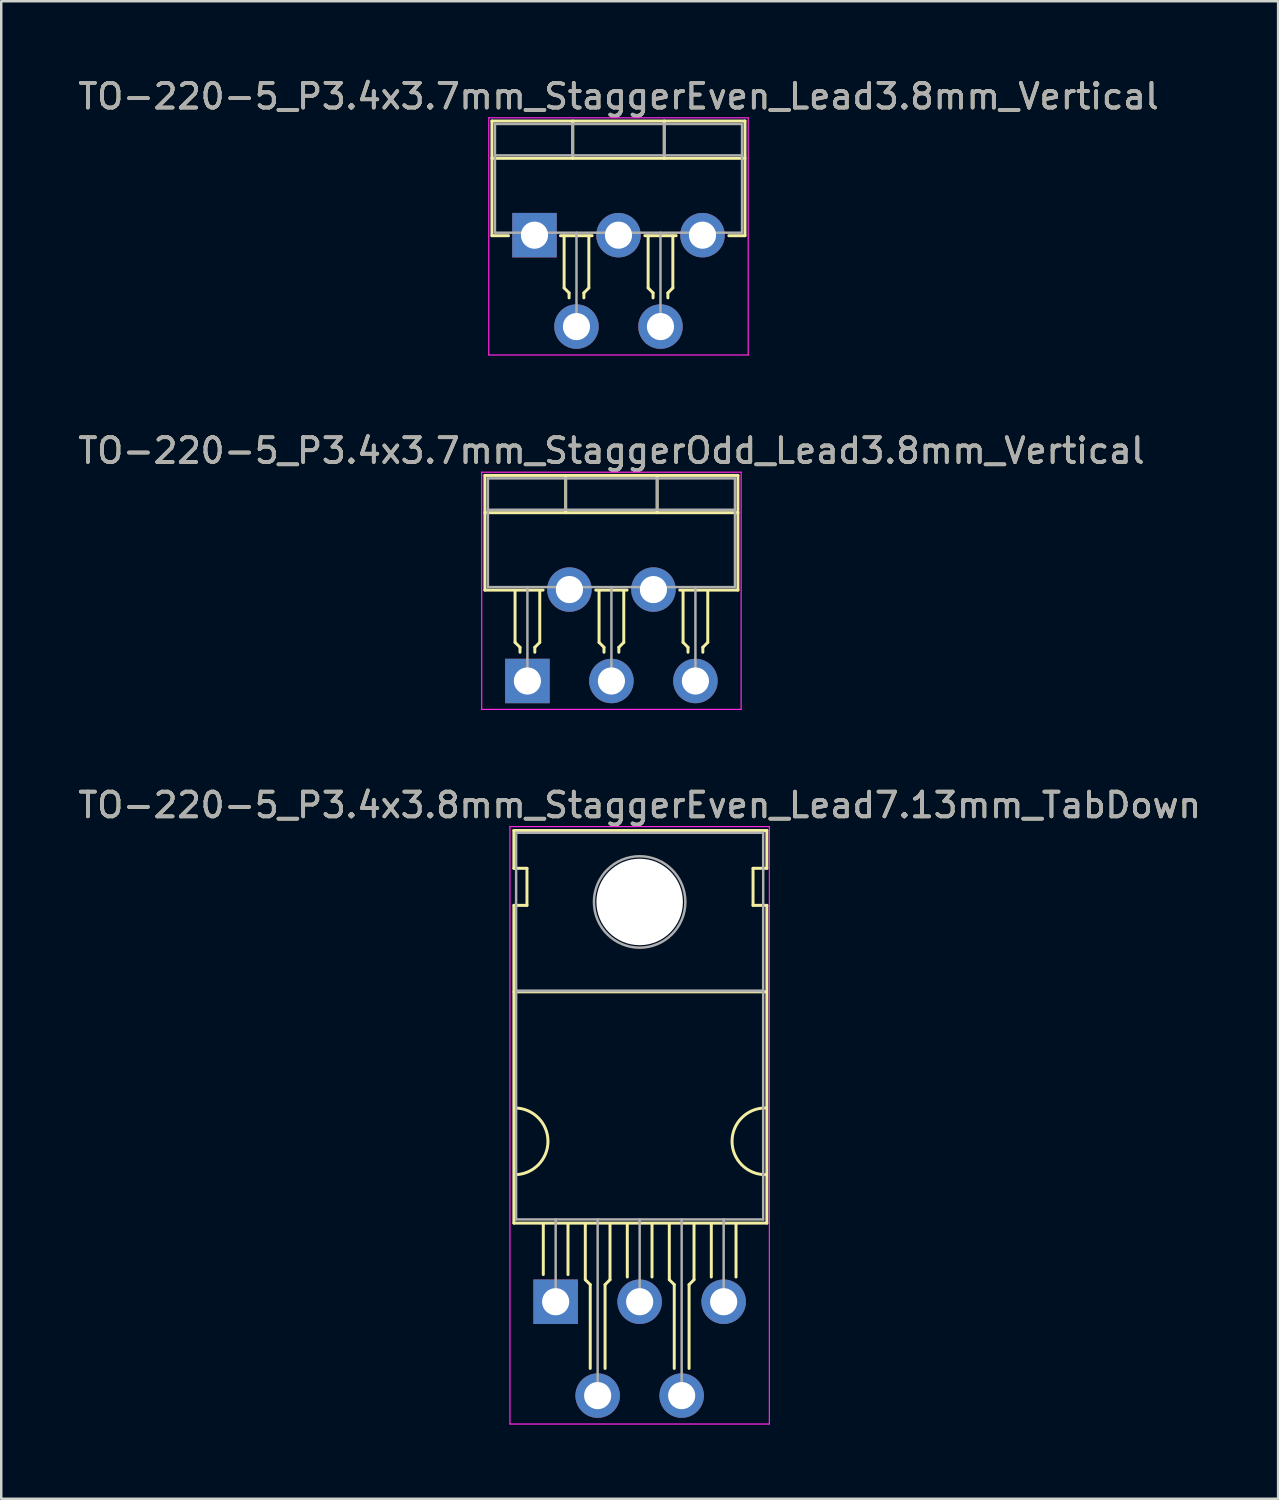
<source format=kicad_pcb>
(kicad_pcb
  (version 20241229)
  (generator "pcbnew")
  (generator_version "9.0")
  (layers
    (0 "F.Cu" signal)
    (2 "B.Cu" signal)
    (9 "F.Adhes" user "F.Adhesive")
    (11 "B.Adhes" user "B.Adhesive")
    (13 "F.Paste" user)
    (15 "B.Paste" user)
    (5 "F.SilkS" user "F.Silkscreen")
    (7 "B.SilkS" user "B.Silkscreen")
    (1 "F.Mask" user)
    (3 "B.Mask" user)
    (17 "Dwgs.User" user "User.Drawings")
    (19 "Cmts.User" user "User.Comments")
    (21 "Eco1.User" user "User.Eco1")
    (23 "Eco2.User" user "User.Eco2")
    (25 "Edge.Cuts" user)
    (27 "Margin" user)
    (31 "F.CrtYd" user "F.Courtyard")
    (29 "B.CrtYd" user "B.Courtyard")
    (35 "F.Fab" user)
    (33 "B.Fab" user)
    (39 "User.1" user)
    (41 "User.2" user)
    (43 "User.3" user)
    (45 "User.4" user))
  (footprint "TO-220-5_P3.4x3.7mm_StaggerOdd_Lead3.8mm_Vertical"
    (layer "F.Cu")
    (at 18.296 24.512)
    (property "Reference" "TO-220-5_P3.4x3.7mm_StaggerOdd_Lead3.8mm_Vertical" (at 3.4 -9.32 0) (layer "F.SilkS") (effects (font (size 1 1) (thickness 0.15))))
    (attr through_hole)
    (fp_line (start -1.721 -8.32) (end -1.721 -3.679) (stroke (width 0.12) (type solid)) (layer "F.SilkS"))
    (fp_line (start -1.721 -8.32) (end 8.52 -8.32) (stroke (width 0.12) (type solid)) (layer "F.SilkS"))
    (fp_line (start -1.721 -6.811) (end 8.52 -6.811) (stroke (width 0.12) (type solid)) (layer "F.SilkS"))
    (fp_line (start -1.721 -3.679) (end 0.635 -3.679) (stroke (width 0.12) (type solid)) (layer "F.SilkS"))
    (fp_line (start -0.5 -3.663) (end -0.5 -1.563) (stroke (width 0.12) (type solid)) (layer "F.SilkS"))
    (fp_line (start -0.5 -1.563) (end -0.3 -1.363) (stroke (width 0.12) (type solid)) (layer "F.SilkS"))
    (fp_line (start -0.3 -1.363) (end -0.3 -1.163) (stroke (width 0.12) (type solid)) (layer "F.SilkS"))
    (fp_line (start 0.3 -1.363) (end 0.3 -1.163) (stroke (width 0.12) (type solid)) (layer "F.SilkS"))
    (fp_line (start 0.5 -3.663) (end 0.5 -1.563) (stroke (width 0.12) (type solid)) (layer "F.SilkS"))
    (fp_line (start 0.5 -1.563) (end 0.3 -1.363) (stroke (width 0.12) (type solid)) (layer "F.SilkS"))
    (fp_line (start 1.55 -8.32) (end 1.55 -6.811) (stroke (width 0.12) (type solid)) (layer "F.SilkS"))
    (fp_line (start 2.765 -3.679) (end 4.035 -3.679) (stroke (width 0.12) (type solid)) (layer "F.SilkS"))
    (fp_line (start 2.9 -3.663) (end 2.9 -1.563) (stroke (width 0.12) (type solid)) (layer "F.SilkS"))
    (fp_line (start 2.9 -1.563) (end 3.1 -1.363) (stroke (width 0.12) (type solid)) (layer "F.SilkS"))
    (fp_line (start 3.1 -1.363) (end 3.1 -1.163) (stroke (width 0.12) (type solid)) (layer "F.SilkS"))
    (fp_line (start 3.7 -1.363) (end 3.7 -1.163) (stroke (width 0.12) (type solid)) (layer "F.SilkS"))
    (fp_line (start 3.9 -3.663) (end 3.9 -1.563) (stroke (width 0.12) (type solid)) (layer "F.SilkS"))
    (fp_line (start 3.9 -1.563) (end 3.7 -1.363) (stroke (width 0.12) (type solid)) (layer "F.SilkS"))
    (fp_line (start 5.25 -8.32) (end 5.25 -6.811) (stroke (width 0.12) (type solid)) (layer "F.SilkS"))
    (fp_line (start 6.165 -3.679) (end 8.52 -3.679) (stroke (width 0.12) (type solid)) (layer "F.SilkS"))
    (fp_line (start 6.3 -3.663) (end 6.3 -1.563) (stroke (width 0.12) (type solid)) (layer "F.SilkS"))
    (fp_line (start 6.3 -1.563) (end 6.5 -1.363) (stroke (width 0.12) (type solid)) (layer "F.SilkS"))
    (fp_line (start 6.5 -1.363) (end 6.5 -1.163) (stroke (width 0.12) (type solid)) (layer "F.SilkS"))
    (fp_line (start 7.1 -1.363) (end 7.1 -1.163) (stroke (width 0.12) (type solid)) (layer "F.SilkS"))
    (fp_line (start 7.3 -3.663) (end 7.3 -1.563) (stroke (width 0.12) (type solid)) (layer "F.SilkS"))
    (fp_line (start 7.3 -1.563) (end 7.1 -1.363) (stroke (width 0.12) (type solid)) (layer "F.SilkS"))
    (fp_line (start 8.52 -8.32) (end 8.52 -3.679) (stroke (width 0.12) (type solid)) (layer "F.SilkS"))
    (fp_line (start -1.85 -8.45) (end -1.85 1.15) (stroke (width 0.05) (type solid)) (layer "F.CrtYd"))
    (fp_line (start -1.85 1.15) (end 8.65 1.15) (stroke (width 0.05) (type solid)) (layer "F.CrtYd"))
    (fp_line (start 8.65 -8.45) (end -1.85 -8.45) (stroke (width 0.05) (type solid)) (layer "F.CrtYd"))
    (fp_line (start 8.65 1.15) (end 8.65 -8.45) (stroke (width 0.05) (type solid)) (layer "F.CrtYd"))
    (fp_line (start -1.6 -8.2) (end -1.6 -3.8) (stroke (width 0.1) (type solid)) (layer "F.Fab"))
    (fp_line (start -1.6 -6.93) (end 8.4 -6.93) (stroke (width 0.1) (type solid)) (layer "F.Fab"))
    (fp_line (start -1.6 -3.8) (end 8.4 -3.8) (stroke (width 0.1) (type solid)) (layer "F.Fab"))
    (fp_line (start 0 -3.8) (end 0 0) (stroke (width 0.1) (type solid)) (layer "F.Fab"))
    (fp_line (start 1.55 -8.2) (end 1.55 -6.93) (stroke (width 0.1) (type solid)) (layer "F.Fab"))
    (fp_line (start 1.7 -3.8) (end 1.7 -3.7) (stroke (width 0.1) (type solid)) (layer "F.Fab"))
    (fp_line (start 3.4 -3.8) (end 3.4 0) (stroke (width 0.1) (type solid)) (layer "F.Fab"))
    (fp_line (start 5.1 -3.8) (end 5.1 -3.7) (stroke (width 0.1) (type solid)) (layer "F.Fab"))
    (fp_line (start 5.25 -8.2) (end 5.25 -6.93) (stroke (width 0.1) (type solid)) (layer "F.Fab"))
    (fp_line (start 6.8 -3.8) (end 6.8 0) (stroke (width 0.1) (type solid)) (layer "F.Fab"))
    (fp_line (start 8.4 -8.2) (end -1.6 -8.2) (stroke (width 0.1) (type solid)) (layer "F.Fab"))
    (fp_line (start 8.4 -3.8) (end 8.4 -8.2) (stroke (width 0.1) (type solid)) (layer "F.Fab"))
    (fp_text user "${REFERENCE}" (at 3.4 -9.32 0) (layer "F.Fab") (effects (font (size 1 1) (thickness 0.15))))
    (pad "1" thru_hole rect (at 0 0) (size 1.8 1.8) (drill 1.1) (layers "*.Cu" "*.Mask"))
    (pad "2" thru_hole oval (at 1.7 -3.7) (size 1.8 1.8) (drill 1.1) (layers "*.Cu" "*.Mask"))
    (pad "3" thru_hole oval (at 3.4 0) (size 1.8 1.8) (drill 1.1) (layers "*.Cu" "*.Mask"))
    (pad "4" thru_hole oval (at 5.1 -3.7) (size 1.8 1.8) (drill 1.1) (layers "*.Cu" "*.Mask"))
    (pad "5" thru_hole oval (at 6.8 0) (size 1.8 1.8) (drill 1.1) (layers "*.Cu" "*.Mask")))
  (footprint "TO-220-5_P3.4x3.8mm_StaggerEven_Lead7.13mm_TabDown"
    (layer "F.Cu")
    (at 19.439 49.635)
    (property "Reference" "TO-220-5_P3.4x3.8mm_StaggerEven_Lead7.13mm_TabDown" (at 3.4 -20.1 0) (layer "F.SilkS") (effects (font (size 1 1) (thickness 0.15))))
    (attr through_hole)
    (fp_line (start -1.691 -19.072) (end -1.691 -17.542) (stroke (width 0.12) (type solid)) (layer "F.SilkS"))
    (fp_line (start -1.691 -19.072) (end 8.549 -19.072) (stroke (width 0.12) (type solid)) (layer "F.SilkS"))
    (fp_line (start -1.691 -17.542) (end -1.161 -17.542) (stroke (width 0.12) (type solid)) (layer "F.SilkS"))
    (fp_line (start -1.691 -16.042) (end -1.691 -3.182) (stroke (width 0.12) (type solid)) (layer "F.SilkS"))
    (fp_line (start -1.691 -3.182) (end 8.549 -3.182) (stroke (width 0.12) (type solid)) (layer "F.SilkS"))
    (fp_line (start -1.686 -12.542) (end 8.539 -12.542) (stroke (width 0.12) (type solid)) (layer "F.SilkS"))
    (fp_line (start -1.161 -17.542) (end -1.161 -16.042) (stroke (width 0.12) (type solid)) (layer "F.SilkS"))
    (fp_line (start -1.161 -16.042) (end -1.686 -16.042) (stroke (width 0.12) (type solid)) (layer "F.SilkS"))
    (fp_line (start -0.5 -3.142) (end -0.5 -1.1) (stroke (width 0.12) (type solid)) (layer "F.SilkS"))
    (fp_line (start 0.5 -3.142) (end 0.5 -1.1) (stroke (width 0.12) (type solid)) (layer "F.SilkS"))
    (fp_line (start 1.2 -3.142) (end 1.2 -0.892) (stroke (width 0.12) (type solid)) (layer "F.SilkS"))
    (fp_line (start 1.2 -0.892) (end 1.4 -0.692) (stroke (width 0.12) (type solid)) (layer "F.SilkS"))
    (fp_line (start 1.4 2.7) (end 1.4 -0.692) (stroke (width 0.12) (type solid)) (layer "F.SilkS"))
    (fp_line (start 2 2.7) (end 2 -0.692) (stroke (width 0.12) (type solid)) (layer "F.SilkS"))
    (fp_line (start 2.2 -3.142) (end 2.2 -0.892) (stroke (width 0.12) (type solid)) (layer "F.SilkS"))
    (fp_line (start 2.2 -0.892) (end 2 -0.692) (stroke (width 0.12) (type solid)) (layer "F.SilkS"))
    (fp_line (start 2.9 -3.142) (end 2.9 -1) (stroke (width 0.12) (type solid)) (layer "F.SilkS"))
    (fp_line (start 3.9 -3.142) (end 3.9 -1) (stroke (width 0.12) (type solid)) (layer "F.SilkS"))
    (fp_line (start 4.6 -3.142) (end 4.6 -0.892) (stroke (width 0.12) (type solid)) (layer "F.SilkS"))
    (fp_line (start 4.6 -0.892) (end 4.8 -0.692) (stroke (width 0.12) (type solid)) (layer "F.SilkS"))
    (fp_line (start 4.8 2.7) (end 4.8 -0.692) (stroke (width 0.12) (type solid)) (layer "F.SilkS"))
    (fp_line (start 5.4 2.7) (end 5.4 -0.692) (stroke (width 0.12) (type solid)) (layer "F.SilkS"))
    (fp_line (start 5.6 -3.142) (end 5.6 -0.892) (stroke (width 0.12) (type solid)) (layer "F.SilkS"))
    (fp_line (start 5.6 -0.892) (end 5.4 -0.692) (stroke (width 0.12) (type solid)) (layer "F.SilkS"))
    (fp_line (start 6.3 -3.142) (end 6.3 -1) (stroke (width 0.12) (type solid)) (layer "F.SilkS"))
    (fp_line (start 7.3 -3.142) (end 7.3 -1) (stroke (width 0.12) (type solid)) (layer "F.SilkS"))
    (fp_line (start 7.989 -17.542) (end 8.549 -17.542) (stroke (width 0.12) (type solid)) (layer "F.SilkS"))
    (fp_line (start 7.989 -16.042) (end 7.989 -17.542) (stroke (width 0.12) (type solid)) (layer "F.SilkS"))
    (fp_line (start 8.549 -19.072) (end 8.549 -17.542) (stroke (width 0.12) (type solid)) (layer "F.SilkS"))
    (fp_line (start 8.549 -16.042) (end 7.989 -16.042) (stroke (width 0.12) (type solid)) (layer "F.SilkS"))
    (fp_line (start 8.549 -16.042) (end 8.549 -3.182) (stroke (width 0.12) (type solid)) (layer "F.SilkS"))
    (fp_arc (start -1.661 -7.842) (mid -0.311 -6.492) (end -1.661 -5.142) (stroke (width 0.12) (type solid)) (layer "F.SilkS"))
    (fp_arc (start 8.489 -5.142) (mid 7.139 -6.492) (end 8.489 -7.842) (stroke (width 0.12) (type solid)) (layer "F.SilkS"))
    (fp_line (start -1.85 -19.23) (end -1.85 4.95) (stroke (width 0.05) (type solid)) (layer "F.CrtYd"))
    (fp_line (start -1.85 4.95) (end 8.65 4.95) (stroke (width 0.05) (type solid)) (layer "F.CrtYd"))
    (fp_line (start 8.65 -19.23) (end -1.85 -19.23) (stroke (width 0.05) (type solid)) (layer "F.CrtYd"))
    (fp_line (start 8.65 4.95) (end 8.65 -19.23) (stroke (width 0.05) (type solid)) (layer "F.CrtYd"))
    (fp_line (start -1.6 -18.98) (end 8.4 -18.98) (stroke (width 0.1) (type solid)) (layer "F.Fab"))
    (fp_line (start -1.6 -12.58) (end -1.6 -18.98) (stroke (width 0.1) (type solid)) (layer "F.Fab"))
    (fp_line (start -1.6 -12.58) (end 8.4 -12.58) (stroke (width 0.1) (type solid)) (layer "F.Fab"))
    (fp_line (start -1.6 -3.33) (end -1.6 -12.58) (stroke (width 0.1) (type solid)) (layer "F.Fab"))
    (fp_line (start 0 -3.33) (end 0 0) (stroke (width 0.1) (type solid)) (layer "F.Fab"))
    (fp_line (start 1.7 -3.33) (end 1.7 3.8) (stroke (width 0.1) (type solid)) (layer "F.Fab"))
    (fp_line (start 3.4 -3.33) (end 3.4 0) (stroke (width 0.1) (type solid)) (layer "F.Fab"))
    (fp_line (start 5.1 -3.33) (end 5.1 3.8) (stroke (width 0.1) (type solid)) (layer "F.Fab"))
    (fp_line (start 6.8 -3.33) (end 6.8 0) (stroke (width 0.1) (type solid)) (layer "F.Fab"))
    (fp_line (start 8.4 -18.98) (end 8.4 -12.58) (stroke (width 0.1) (type solid)) (layer "F.Fab"))
    (fp_line (start 8.4 -12.58) (end -1.6 -12.58) (stroke (width 0.1) (type solid)) (layer "F.Fab"))
    (fp_line (start 8.4 -12.58) (end 8.4 -3.33) (stroke (width 0.1) (type solid)) (layer "F.Fab"))
    (fp_line (start 8.4 -3.33) (end -1.6 -3.33) (stroke (width 0.1) (type solid)) (layer "F.Fab"))
    (fp_circle (center 3.4 -16.18) (end 5.25 -16.18) (stroke (width 0.1) (type solid)) (fill no) (layer "F.Fab"))
    (fp_text user "${REFERENCE}" (at 3.4 -20.1 0) (layer "F.Fab") (effects (font (size 1 1) (thickness 0.15))))
    (pad "" np_thru_hole oval (at 3.4 -16.18) (size 3.5 3.5) (drill 3.5) (layers "*.Cu" "*.Mask"))
    (pad "1" thru_hole rect (at 0 0) (size 1.8 1.8) (drill 1.1) (layers "*.Cu" "*.Mask"))
    (pad "2" thru_hole oval (at 1.7 3.8) (size 1.8 1.8) (drill 1.1) (layers "*.Cu" "*.Mask"))
    (pad "3" thru_hole oval (at 3.4 0) (size 1.8 1.8) (drill 1.1) (layers "*.Cu" "*.Mask"))
    (pad "4" thru_hole oval (at 5.1 3.8) (size 1.8 1.8) (drill 1.1) (layers "*.Cu" "*.Mask"))
    (pad "5" thru_hole oval (at 6.8 0) (size 1.8 1.8) (drill 1.1) (layers "*.Cu" "*.Mask")))
  (footprint "TO-220-5_P3.4x3.7mm_StaggerEven_Lead3.8mm_Vertical"
    (layer "F.Cu")
    (at 18.582 6.468)
    (property "Reference" "TO-220-5_P3.4x3.7mm_StaggerEven_Lead3.8mm_Vertical" (at 3.4 -5.62 0) (layer "F.SilkS") (effects (font (size 1 1) (thickness 0.15))))
    (attr through_hole)
    (fp_line (start -1.721 -4.62) (end -1.721 0.021) (stroke (width 0.12) (type solid)) (layer "F.SilkS"))
    (fp_line (start -1.721 -4.62) (end 8.52 -4.62) (stroke (width 0.12) (type solid)) (layer "F.SilkS"))
    (fp_line (start -1.721 -3.111) (end 8.52 -3.111) (stroke (width 0.12) (type solid)) (layer "F.SilkS"))
    (fp_line (start -1.721 0.021) (end -1.05 0.021) (stroke (width 0.12) (type solid)) (layer "F.SilkS"))
    (fp_line (start 1.05 0.021) (end 2.335 0.021) (stroke (width 0.12) (type solid)) (layer "F.SilkS"))
    (fp_line (start 1.2 0.036) (end 1.2 2.136) (stroke (width 0.12) (type solid)) (layer "F.SilkS"))
    (fp_line (start 1.2 2.136) (end 1.4 2.337) (stroke (width 0.12) (type solid)) (layer "F.SilkS"))
    (fp_line (start 1.4 2.337) (end 1.4 2.537) (stroke (width 0.12) (type solid)) (layer "F.SilkS"))
    (fp_line (start 1.55 -4.62) (end 1.55 -3.111) (stroke (width 0.12) (type solid)) (layer "F.SilkS"))
    (fp_line (start 2 2.337) (end 2 2.537) (stroke (width 0.12) (type solid)) (layer "F.SilkS"))
    (fp_line (start 2.2 0.036) (end 2.2 2.136) (stroke (width 0.12) (type solid)) (layer "F.SilkS"))
    (fp_line (start 2.2 2.136) (end 2 2.337) (stroke (width 0.12) (type solid)) (layer "F.SilkS"))
    (fp_line (start 4.465 0.021) (end 5.735 0.021) (stroke (width 0.12) (type solid)) (layer "F.SilkS"))
    (fp_line (start 4.6 0.036) (end 4.6 2.136) (stroke (width 0.12) (type solid)) (layer "F.SilkS"))
    (fp_line (start 4.6 2.136) (end 4.8 2.337) (stroke (width 0.12) (type solid)) (layer "F.SilkS"))
    (fp_line (start 4.8 2.337) (end 4.8 2.537) (stroke (width 0.12) (type solid)) (layer "F.SilkS"))
    (fp_line (start 5.25 -4.62) (end 5.25 -3.111) (stroke (width 0.12) (type solid)) (layer "F.SilkS"))
    (fp_line (start 5.4 2.337) (end 5.4 2.537) (stroke (width 0.12) (type solid)) (layer "F.SilkS"))
    (fp_line (start 5.6 0.036) (end 5.6 2.136) (stroke (width 0.12) (type solid)) (layer "F.SilkS"))
    (fp_line (start 5.6 2.136) (end 5.4 2.337) (stroke (width 0.12) (type solid)) (layer "F.SilkS"))
    (fp_line (start 7.865 0.021) (end 8.52 0.021) (stroke (width 0.12) (type solid)) (layer "F.SilkS"))
    (fp_line (start 8.52 -4.62) (end 8.52 0.021) (stroke (width 0.12) (type solid)) (layer "F.SilkS"))
    (fp_line (start -1.85 -4.75) (end -1.85 4.85) (stroke (width 0.05) (type solid)) (layer "F.CrtYd"))
    (fp_line (start -1.85 4.85) (end 8.65 4.85) (stroke (width 0.05) (type solid)) (layer "F.CrtYd"))
    (fp_line (start 8.65 -4.75) (end -1.85 -4.75) (stroke (width 0.05) (type solid)) (layer "F.CrtYd"))
    (fp_line (start 8.65 4.85) (end 8.65 -4.75) (stroke (width 0.05) (type solid)) (layer "F.CrtYd"))
    (fp_line (start -1.6 -4.5) (end -1.6 -0.1) (stroke (width 0.1) (type solid)) (layer "F.Fab"))
    (fp_line (start -1.6 -3.23) (end 8.4 -3.23) (stroke (width 0.1) (type solid)) (layer "F.Fab"))
    (fp_line (start -1.6 -0.1) (end 8.4 -0.1) (stroke (width 0.1) (type solid)) (layer "F.Fab"))
    (fp_line (start 0 -0.1) (end 0 0) (stroke (width 0.1) (type solid)) (layer "F.Fab"))
    (fp_line (start 1.55 -4.5) (end 1.55 -3.23) (stroke (width 0.1) (type solid)) (layer "F.Fab"))
    (fp_line (start 1.7 -0.1) (end 1.7 3.7) (stroke (width 0.1) (type solid)) (layer "F.Fab"))
    (fp_line (start 3.4 -0.1) (end 3.4 0) (stroke (width 0.1) (type solid)) (layer "F.Fab"))
    (fp_line (start 5.1 -0.1) (end 5.1 3.7) (stroke (width 0.1) (type solid)) (layer "F.Fab"))
    (fp_line (start 5.25 -4.5) (end 5.25 -3.23) (stroke (width 0.1) (type solid)) (layer "F.Fab"))
    (fp_line (start 6.8 -0.1) (end 6.8 0) (stroke (width 0.1) (type solid)) (layer "F.Fab"))
    (fp_line (start 8.4 -4.5) (end -1.6 -4.5) (stroke (width 0.1) (type solid)) (layer "F.Fab"))
    (fp_line (start 8.4 -0.1) (end 8.4 -4.5) (stroke (width 0.1) (type solid)) (layer "F.Fab"))
    (fp_text user "${REFERENCE}" (at 3.4 -5.62 0) (layer "F.Fab") (effects (font (size 1 1) (thickness 0.15))))
    (pad "1" thru_hole rect (at 0 0) (size 1.8 1.8) (drill 1.1) (layers "*.Cu" "*.Mask"))
    (pad "2" thru_hole oval (at 1.7 3.7) (size 1.8 1.8) (drill 1.1) (layers "*.Cu" "*.Mask"))
    (pad "3" thru_hole oval (at 3.4 0) (size 1.8 1.8) (drill 1.1) (layers "*.Cu" "*.Mask"))
    (pad "4" thru_hole oval (at 5.1 3.7) (size 1.8 1.8) (drill 1.1) (layers "*.Cu" "*.Mask"))
    (pad "5" thru_hole oval (at 6.8 0) (size 1.8 1.8) (drill 1.1) (layers "*.Cu" "*.Mask")))
  (gr_rect
    (start -3 -3)
    (end 48.679 57.61)
    (stroke (width 0.1) (type default))
    (fill no)
    (layer "Edge.Cuts")))
</source>
